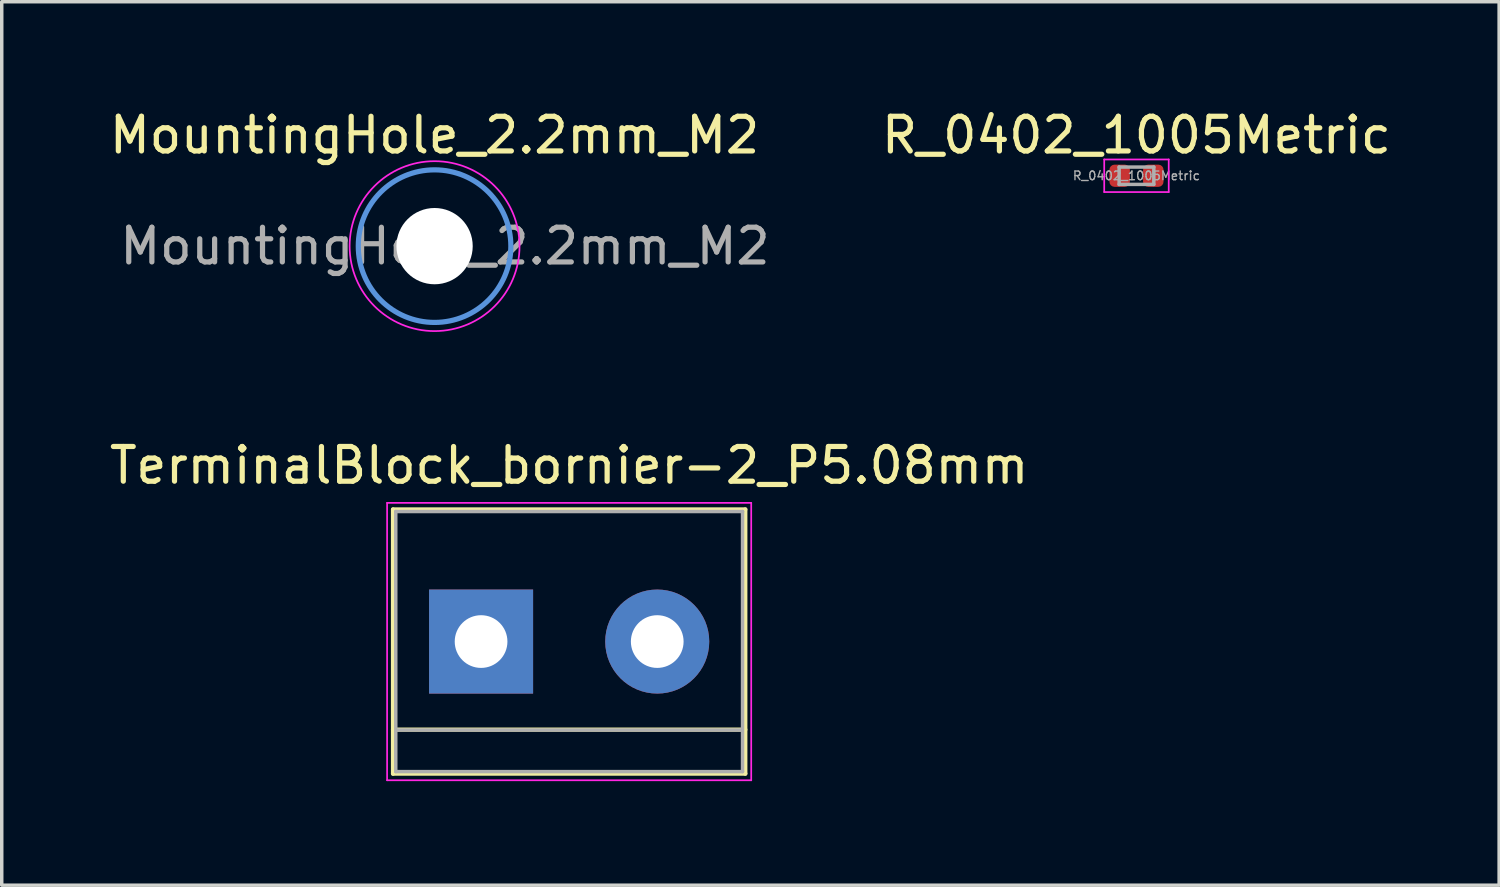
<source format=kicad_pcb>
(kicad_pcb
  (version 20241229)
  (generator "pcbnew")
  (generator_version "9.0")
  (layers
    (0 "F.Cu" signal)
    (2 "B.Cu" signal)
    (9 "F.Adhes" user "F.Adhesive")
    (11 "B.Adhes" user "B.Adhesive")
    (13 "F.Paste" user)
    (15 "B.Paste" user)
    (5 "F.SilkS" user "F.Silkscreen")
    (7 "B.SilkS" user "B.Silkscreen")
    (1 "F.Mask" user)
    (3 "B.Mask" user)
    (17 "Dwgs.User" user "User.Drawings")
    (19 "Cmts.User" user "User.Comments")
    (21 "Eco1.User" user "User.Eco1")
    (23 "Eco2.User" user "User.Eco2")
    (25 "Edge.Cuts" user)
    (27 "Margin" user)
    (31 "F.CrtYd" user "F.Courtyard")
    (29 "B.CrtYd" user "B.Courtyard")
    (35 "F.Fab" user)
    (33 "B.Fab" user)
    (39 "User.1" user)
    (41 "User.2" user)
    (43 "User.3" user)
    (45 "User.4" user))
  (footprint "MountingHole_2.2mm_M2"
    (layer "F.Cu")
    (at 9.482 4.048)
    (property "Reference" "MountingHole_2.2mm_M2" (at 0 -3.2 0) (layer "F.SilkS") (effects (font (size 1 1) (thickness 0.15))))
    (attr exclude_from_pos_files exclude_from_bom)
    (fp_circle (center 0 0) (end 2.2 0) (stroke (width 0.15) (type solid)) (fill no) (layer "Cmts.User"))
    (fp_circle (center 0 0) (end 2.45 0) (stroke (width 0.05) (type solid)) (fill no) (layer "F.CrtYd"))
    (fp_text user "${REFERENCE}" (at 0.3 0 0) (layer "F.Fab") (effects (font (size 1 1) (thickness 0.15))))
    (pad "" np_thru_hole circle (at 0 0) (size 2.2 2.2) (drill 2.2) (layers "*.Cu" "*.Mask")))
  (footprint "R_0402_1005Metric"
    (layer "F.Cu")
    (at 29.723 2.018)
    (property "Reference" "R_0402_1005Metric" (at 0 -1.17 0) (layer "F.SilkS") (effects (font (size 1 1) (thickness 0.15))))
    (attr smd)
    (fp_line (start -0.93 -0.47) (end 0.93 -0.47) (stroke (width 0.05) (type solid)) (layer "F.CrtYd"))
    (fp_line (start -0.93 0.47) (end -0.93 -0.47) (stroke (width 0.05) (type solid)) (layer "F.CrtYd"))
    (fp_line (start 0.93 -0.47) (end 0.93 0.47) (stroke (width 0.05) (type solid)) (layer "F.CrtYd"))
    (fp_line (start 0.93 0.47) (end -0.93 0.47) (stroke (width 0.05) (type solid)) (layer "F.CrtYd"))
    (fp_line (start -0.5 -0.25) (end 0.5 -0.25) (stroke (width 0.1) (type solid)) (layer "F.Fab"))
    (fp_line (start -0.5 0.25) (end -0.5 -0.25) (stroke (width 0.1) (type solid)) (layer "F.Fab"))
    (fp_line (start 0.5 -0.25) (end 0.5 0.25) (stroke (width 0.1) (type solid)) (layer "F.Fab"))
    (fp_line (start 0.5 0.25) (end -0.5 0.25) (stroke (width 0.1) (type solid)) (layer "F.Fab"))
    (fp_text user "${REFERENCE}" (at 0 0 0) (layer "F.Fab") (effects (font (size 0.25 0.25) (thickness 0.04))))
    (pad "1" smd roundrect (at -0.485 0) (size 0.59 0.64) (layers "F.Cu" "F.Mask" "F.Paste") (roundrect_rratio 0.25))
    (pad "2" smd roundrect (at 0.485 0) (size 0.59 0.64) (layers "F.Cu" "F.Mask" "F.Paste") (roundrect_rratio 0.25)))
  (footprint "TerminalBlock_bornier-2_P5.08mm"
    (layer "F.Cu")
    (at 10.823 15.451)
    (property "Reference" "TerminalBlock_bornier-2_P5.08mm" (at 2.54 -5.08 0) (layer "F.SilkS") (effects (font (size 1 1) (thickness 0.15))))
    (attr through_hole)
    (fp_line (start -2.54 -3.81) (end -2.54 3.81) (stroke (width 0.12) (type solid)) (layer "F.SilkS"))
    (fp_line (start -2.54 3.81) (end 7.62 3.81) (stroke (width 0.12) (type solid)) (layer "F.SilkS"))
    (fp_line (start 7.62 -3.81) (end -2.54 -3.81) (stroke (width 0.12) (type solid)) (layer "F.SilkS"))
    (fp_line (start 7.62 2.54) (end -2.54 2.54) (stroke (width 0.12) (type solid)) (layer "F.SilkS"))
    (fp_line (start 7.62 3.81) (end 7.62 -3.81) (stroke (width 0.12) (type solid)) (layer "F.SilkS"))
    (fp_line (start -2.71 -4) (end -2.71 4) (stroke (width 0.05) (type solid)) (layer "F.CrtYd"))
    (fp_line (start -2.71 -4) (end 7.79 -4) (stroke (width 0.05) (type solid)) (layer "F.CrtYd"))
    (fp_line (start 7.79 4) (end -2.71 4) (stroke (width 0.05) (type solid)) (layer "F.CrtYd"))
    (fp_line (start 7.79 4) (end 7.79 -4) (stroke (width 0.05) (type solid)) (layer "F.CrtYd"))
    (fp_line (start -2.46 -3.75) (end -2.46 3.75) (stroke (width 0.1) (type solid)) (layer "F.Fab"))
    (fp_line (start -2.46 3.75) (end 7.54 3.75) (stroke (width 0.1) (type solid)) (layer "F.Fab"))
    (fp_line (start -2.41 2.55) (end 7.49 2.55) (stroke (width 0.1) (type solid)) (layer "F.Fab"))
    (fp_line (start 7.54 -3.75) (end -2.46 -3.75) (stroke (width 0.1) (type solid)) (layer "F.Fab"))
    (fp_line (start 7.54 3.75) (end 7.54 -3.75) (stroke (width 0.1) (type solid)) (layer "F.Fab"))
    (pad "1" thru_hole rect (at 0 0) (size 3 3) (drill 1.52) (layers "*.Cu" "*.Mask"))
    (pad "2" thru_hole circle (at 5.08 0) (size 3 3) (drill 1.52) (layers "*.Cu" "*.Mask")))
  (gr_rect
    (start -3 -3)
    (end 40.181 22.477)
    (stroke (width 0.1) (type default))
    (fill no)
    (layer "Edge.Cuts")))
</source>
